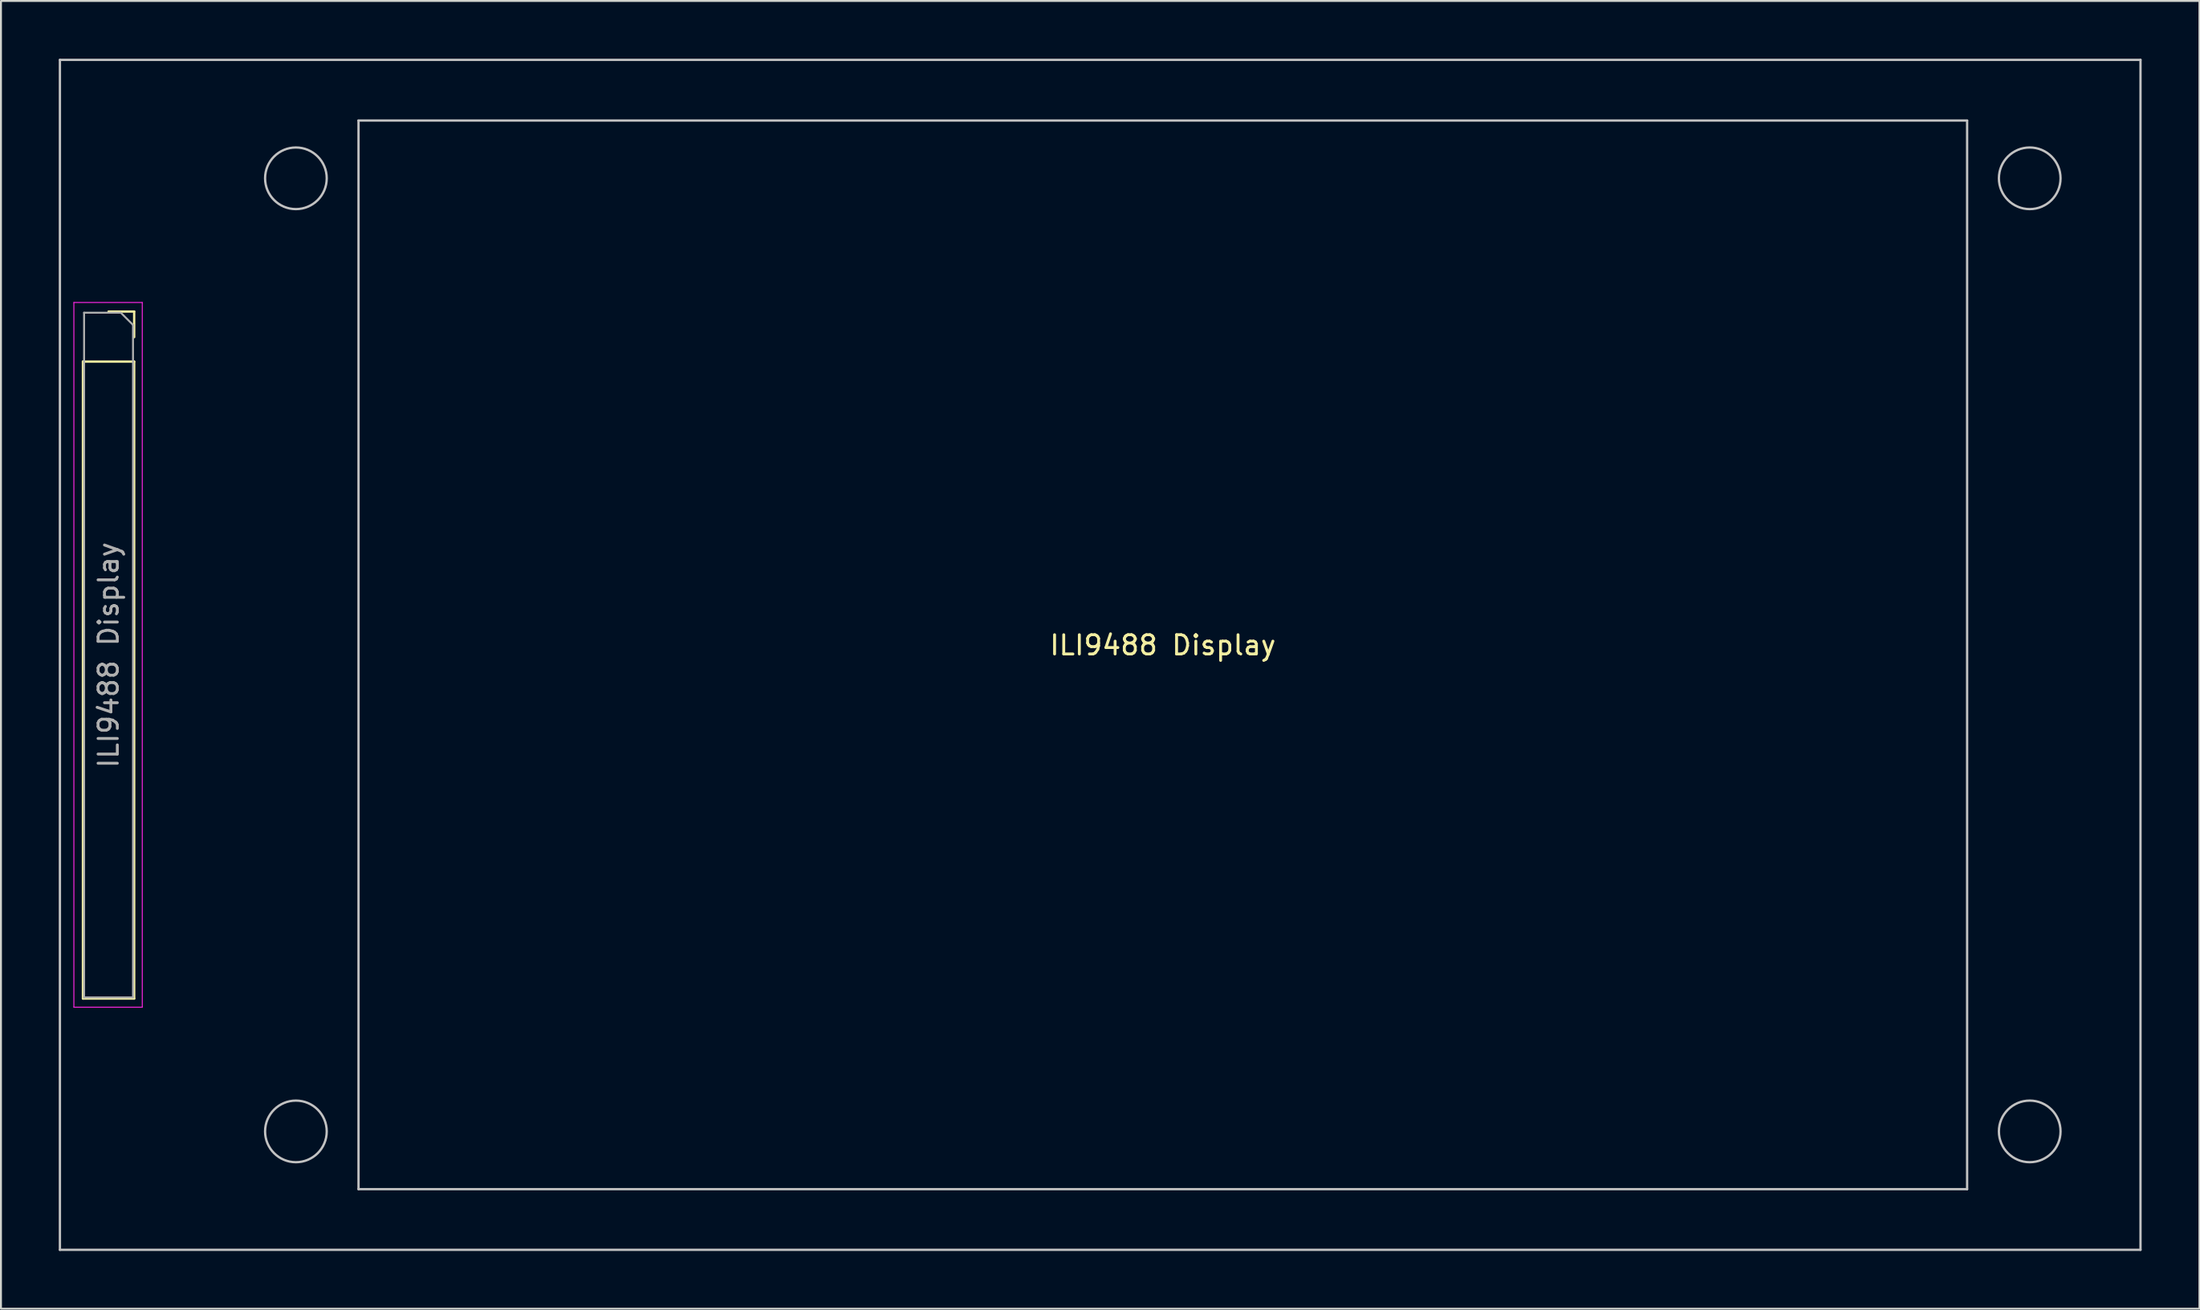
<source format=kicad_pcb>
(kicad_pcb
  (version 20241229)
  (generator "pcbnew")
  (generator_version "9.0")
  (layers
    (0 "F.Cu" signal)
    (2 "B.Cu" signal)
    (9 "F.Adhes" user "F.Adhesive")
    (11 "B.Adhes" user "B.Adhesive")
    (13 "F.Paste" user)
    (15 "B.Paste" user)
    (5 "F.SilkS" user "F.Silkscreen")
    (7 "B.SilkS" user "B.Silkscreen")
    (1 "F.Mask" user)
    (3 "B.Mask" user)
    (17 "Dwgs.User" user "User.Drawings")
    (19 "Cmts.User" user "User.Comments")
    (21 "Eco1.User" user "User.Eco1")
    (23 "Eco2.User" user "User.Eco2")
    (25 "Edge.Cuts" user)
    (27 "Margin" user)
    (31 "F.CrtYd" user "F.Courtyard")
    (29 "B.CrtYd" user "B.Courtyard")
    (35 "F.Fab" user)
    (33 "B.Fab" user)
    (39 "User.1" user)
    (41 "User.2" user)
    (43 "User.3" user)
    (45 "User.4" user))
  (footprint "ILI9488 Display"
    (layer "F.Cu")
    (at 57.31 30.96)
    (property "Reference" "ILI9488 Display" (at 0 -0.5 0) (unlocked yes) (layer "F.SilkS") (effects (font (size 1 1) (thickness 0.15))))
    (attr through_hole)
    (fp_line (start -56.055 -15.23) (end -56.055 17.85) (stroke (width 0.12) (type solid)) (layer "F.SilkS"))
    (fp_line (start -56.055 -15.23) (end -53.395 -15.23) (stroke (width 0.12) (type solid)) (layer "F.SilkS"))
    (fp_line (start -56.055 17.85) (end -53.395 17.85) (stroke (width 0.12) (type solid)) (layer "F.SilkS"))
    (fp_line (start -54.725 -17.83) (end -53.395 -17.83) (stroke (width 0.12) (type solid)) (layer "F.SilkS"))
    (fp_line (start -53.395 -17.83) (end -53.395 -16.5) (stroke (width 0.12) (type solid)) (layer "F.SilkS"))
    (fp_line (start -53.395 -15.23) (end -53.395 17.85) (stroke (width 0.12) (type solid)) (layer "F.SilkS"))
    (fp_line (start -57.25 -30.9) (end -57.25 30.9) (stroke (width 0.12) (type solid)) (layer "Dwgs.User"))
    (fp_line (start -57.25 -30.9) (end 50.75 -30.9) (stroke (width 0.12) (type solid)) (layer "Dwgs.User"))
    (fp_line (start -41.75 -27.75) (end 41.75 -27.75) (stroke (width 0.12) (type solid)) (layer "Dwgs.User"))
    (fp_line (start -41.75 27.75) (end -41.75 -27.75) (stroke (width 0.12) (type solid)) (layer "Dwgs.User"))
    (fp_line (start -41.75 27.75) (end 41.75 27.75) (stroke (width 0.12) (type solid)) (layer "Dwgs.User"))
    (fp_line (start 41.75 27.75) (end 41.75 -27.75) (stroke (width 0.12) (type solid)) (layer "Dwgs.User"))
    (fp_line (start 50.75 -30.9) (end 50.75 30.9) (stroke (width 0.12) (type solid)) (layer "Dwgs.User"))
    (fp_line (start 50.75 30.9) (end -57.25 30.9) (stroke (width 0.12) (type solid)) (layer "Dwgs.User"))
    (fp_circle (center -45 -24.75) (end -43.4 -24.75) (stroke (width 0.12) (type default)) (fill no) (layer "Dwgs.User"))
    (fp_circle (center -45 24.75) (end -43.4 24.75) (stroke (width 0.12) (type default)) (fill no) (layer "Dwgs.User"))
    (fp_circle (center 45 -24.75) (end 46.6 -24.75) (stroke (width 0.12) (type default)) (fill no) (layer "Dwgs.User"))
    (fp_circle (center 45 24.75) (end 46.6 24.75) (stroke (width 0.12) (type default)) (fill no) (layer "Dwgs.User"))
    (fp_line (start -56.525 -18.3) (end -52.975 -18.3) (stroke (width 0.05) (type solid)) (layer "F.CrtYd"))
    (fp_line (start -56.525 18.3) (end -56.525 -18.3) (stroke (width 0.05) (type solid)) (layer "F.CrtYd"))
    (fp_line (start -52.975 -18.3) (end -52.975 18.3) (stroke (width 0.05) (type solid)) (layer "F.CrtYd"))
    (fp_line (start -52.975 18.3) (end -56.525 18.3) (stroke (width 0.05) (type solid)) (layer "F.CrtYd"))
    (fp_line (start -55.995 -17.77) (end -54.09 -17.77) (stroke (width 0.1) (type solid)) (layer "F.Fab"))
    (fp_line (start -55.995 17.79) (end -55.995 -17.77) (stroke (width 0.1) (type solid)) (layer "F.Fab"))
    (fp_line (start -54.09 -17.77) (end -53.455 -17.135) (stroke (width 0.1) (type solid)) (layer "F.Fab"))
    (fp_line (start -53.455 -17.135) (end -53.455 17.79) (stroke (width 0.1) (type solid)) (layer "F.Fab"))
    (fp_line (start -53.455 17.79) (end -55.995 17.79) (stroke (width 0.1) (type solid)) (layer "F.Fab"))
    (fp_text user "${REFERENCE}" (at -54.725 0.01 90) (layer "F.Fab") (effects (font (size 1 1) (thickness 0.15)))))
  (gr_rect
    (start -3 -3)
    (end 111.12 64.92)
    (stroke (width 0.1) (type default))
    (fill no)
    (layer "Edge.Cuts")))
</source>
